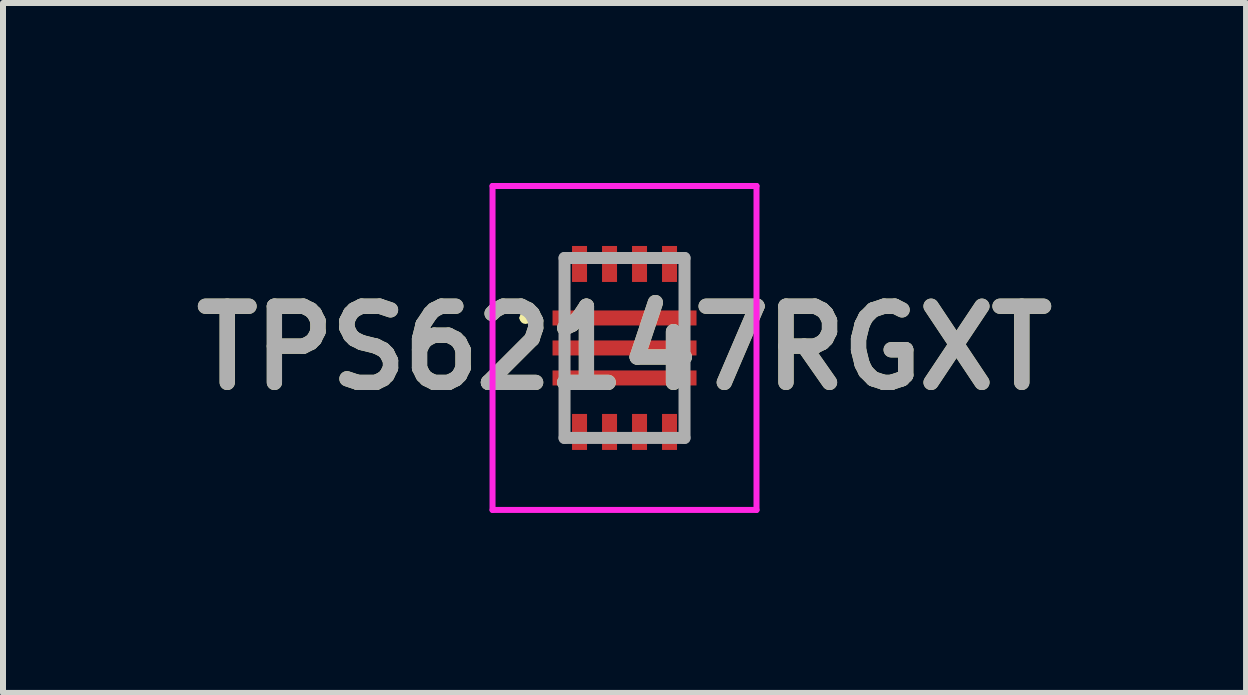
<source format=kicad_pcb>
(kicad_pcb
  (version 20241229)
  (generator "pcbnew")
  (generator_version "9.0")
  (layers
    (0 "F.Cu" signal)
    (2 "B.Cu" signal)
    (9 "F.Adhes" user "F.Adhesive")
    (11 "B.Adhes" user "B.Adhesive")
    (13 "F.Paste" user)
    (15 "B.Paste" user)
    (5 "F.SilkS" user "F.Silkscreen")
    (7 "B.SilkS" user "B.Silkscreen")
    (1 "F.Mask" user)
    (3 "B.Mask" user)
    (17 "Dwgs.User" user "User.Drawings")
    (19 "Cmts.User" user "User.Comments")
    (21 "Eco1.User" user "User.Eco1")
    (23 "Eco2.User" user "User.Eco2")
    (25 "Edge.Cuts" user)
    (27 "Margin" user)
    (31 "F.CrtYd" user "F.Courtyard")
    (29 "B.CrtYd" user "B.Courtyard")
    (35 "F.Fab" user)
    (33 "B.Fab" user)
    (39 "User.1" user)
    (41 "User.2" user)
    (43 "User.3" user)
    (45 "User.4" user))
  (footprint "TPS62147RGXT"
    (layer "F.Cu")
    (at 7.36 2.75)
    (property "Reference" "TPS62147RGXT" (at 0 0 0) (layer "F.SilkS") (effects (font (size 1.27 1.27) (thickness 0.254))))
    (attr smd)
    (fp_line (start -1.7 -0.5) (end -1.7 -0.5) (stroke (width 0.1) (type solid)) (layer "F.SilkS"))
    (fp_line (start -1.6 -0.5) (end -1.6 -0.5) (stroke (width 0.1) (type solid)) (layer "F.SilkS"))
    (fp_arc (start -1.7 -0.5) (mid -1.65 -0.55) (end -1.6 -0.5) (stroke (width 0.1) (type solid)) (layer "F.SilkS"))
    (fp_arc (start -1.6 -0.5) (mid -1.65 -0.45) (end -1.7 -0.5) (stroke (width 0.1) (type solid)) (layer "F.SilkS"))
    (fp_line (start -2.2 -2.7) (end 2.2 -2.7) (stroke (width 0.1) (type solid)) (layer "F.CrtYd"))
    (fp_line (start -2.2 2.7) (end -2.2 -2.7) (stroke (width 0.1) (type solid)) (layer "F.CrtYd"))
    (fp_line (start 2.2 -2.7) (end 2.2 2.7) (stroke (width 0.1) (type solid)) (layer "F.CrtYd"))
    (fp_line (start 2.2 2.7) (end -2.2 2.7) (stroke (width 0.1) (type solid)) (layer "F.CrtYd"))
    (fp_line (start -1 -1.5) (end 1 -1.5) (stroke (width 0.2) (type solid)) (layer "F.Fab"))
    (fp_line (start -1 1.5) (end -1 -1.5) (stroke (width 0.2) (type solid)) (layer "F.Fab"))
    (fp_line (start 1 -1.5) (end 1 1.5) (stroke (width 0.2) (type solid)) (layer "F.Fab"))
    (fp_line (start 1 1.5) (end -1 1.5) (stroke (width 0.2) (type solid)) (layer "F.Fab"))
    (fp_text user "${REFERENCE}" (at 0 0 0) (layer "F.Fab") (effects (font (size 1.27 1.27) (thickness 0.254))))
    (pad "1" smd rect (at 0 -0.5 90) (size 0.25 2.4) (layers "F.Cu" "F.Mask" "F.Paste"))
    (pad "2" smd rect (at 0 0 90) (size 0.25 2.4) (layers "F.Cu" "F.Mask" "F.Paste"))
    (pad "3" smd rect (at 0 0.5 90) (size 0.25 2.4) (layers "F.Cu" "F.Mask" "F.Paste"))
    (pad "4" smd rect (at -0.75 1.4) (size 0.25 0.6) (layers "F.Cu" "F.Mask" "F.Paste"))
    (pad "5" smd rect (at -0.25 1.4) (size 0.25 0.6) (layers "F.Cu" "F.Mask" "F.Paste"))
    (pad "6" smd rect (at 0.25 1.4) (size 0.25 0.6) (layers "F.Cu" "F.Mask" "F.Paste"))
    (pad "7" smd rect (at 0.75 1.4) (size 0.25 0.6) (layers "F.Cu" "F.Mask" "F.Paste"))
    (pad "8" smd rect (at 0.75 -1.4) (size 0.25 0.6) (layers "F.Cu" "F.Mask" "F.Paste"))
    (pad "9" smd rect (at 0.25 -1.4) (size 0.25 0.6) (layers "F.Cu" "F.Mask" "F.Paste"))
    (pad "10" smd rect (at -0.25 -1.4) (size 0.25 0.6) (layers "F.Cu" "F.Mask" "F.Paste"))
    (pad "11" smd rect (at -0.75 -1.4) (size 0.25 0.6) (layers "F.Cu" "F.Mask" "F.Paste")))
  (gr_rect
    (start -3 -3)
    (end 17.72 8.5)
    (stroke (width 0.1) (type default))
    (fill no)
    (layer "Edge.Cuts")))
</source>
